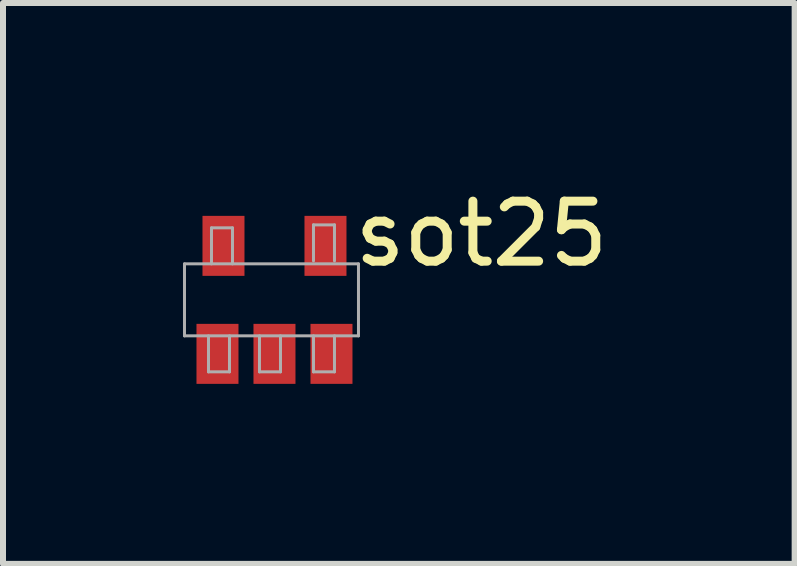
<source format=kicad_pcb>
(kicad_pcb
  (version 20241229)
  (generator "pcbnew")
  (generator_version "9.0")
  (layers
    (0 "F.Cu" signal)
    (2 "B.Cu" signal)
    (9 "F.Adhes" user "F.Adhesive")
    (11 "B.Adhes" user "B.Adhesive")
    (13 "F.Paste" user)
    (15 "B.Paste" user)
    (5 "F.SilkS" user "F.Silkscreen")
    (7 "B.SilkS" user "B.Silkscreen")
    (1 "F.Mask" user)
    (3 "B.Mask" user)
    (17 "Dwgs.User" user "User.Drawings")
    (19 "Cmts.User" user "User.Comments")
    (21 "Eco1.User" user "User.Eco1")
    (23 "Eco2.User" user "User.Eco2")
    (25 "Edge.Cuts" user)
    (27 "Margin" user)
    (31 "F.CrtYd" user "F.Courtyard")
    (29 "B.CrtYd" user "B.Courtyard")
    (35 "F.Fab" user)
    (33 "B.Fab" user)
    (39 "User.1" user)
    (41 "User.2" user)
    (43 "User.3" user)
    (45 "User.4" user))
  (footprint "sot25"
    (layer "F.Cu")
    (at 1.475 1.948)
    (property "Reference" "sot25" (at 3.5 -1.1 0) (layer "F.SilkS") (effects (font (size 1 1) (thickness 0.15))))
    (attr through_hole)
    (fp_line (start -1.45 -0.6) (end 1.45 -0.6) (stroke (width 0.05) (type solid)) (layer "F.Fab"))
    (fp_line (start -1.45 0.6) (end -1.45 -0.6) (stroke (width 0.05) (type solid)) (layer "F.Fab"))
    (fp_line (start -1.05 1.2) (end -1.05 0.6) (stroke (width 0.05) (type solid)) (layer "F.Fab"))
    (fp_line (start -1.05 1.2) (end -0.7 1.2) (stroke (width 0.05) (type solid)) (layer "F.Fab"))
    (fp_line (start -1 -1.2) (end -1 -0.6) (stroke (width 0.05) (type solid)) (layer "F.Fab"))
    (fp_line (start -0.7 1.2) (end -0.7 0.6) (stroke (width 0.05) (type solid)) (layer "F.Fab"))
    (fp_line (start -0.65 -1.2) (end -1 -1.2) (stroke (width 0.05) (type solid)) (layer "F.Fab"))
    (fp_line (start -0.65 -1.2) (end -0.65 -0.6) (stroke (width 0.05) (type solid)) (layer "F.Fab"))
    (fp_line (start -0.2 1.2) (end -0.2 0.6) (stroke (width 0.05) (type solid)) (layer "F.Fab"))
    (fp_line (start -0.2 1.2) (end 0.15 1.2) (stroke (width 0.05) (type solid)) (layer "F.Fab"))
    (fp_line (start 0.15 1.2) (end 0.15 0.6) (stroke (width 0.05) (type solid)) (layer "F.Fab"))
    (fp_line (start 0.7 -1.25) (end 0.7 -0.65) (stroke (width 0.05) (type solid)) (layer "F.Fab"))
    (fp_line (start 0.7 1.2) (end 0.7 0.6) (stroke (width 0.05) (type solid)) (layer "F.Fab"))
    (fp_line (start 0.7 1.2) (end 1.05 1.2) (stroke (width 0.05) (type solid)) (layer "F.Fab"))
    (fp_line (start 1.05 -1.25) (end 0.7 -1.25) (stroke (width 0.05) (type solid)) (layer "F.Fab"))
    (fp_line (start 1.05 -1.25) (end 1.05 -0.65) (stroke (width 0.05) (type solid)) (layer "F.Fab"))
    (fp_line (start 1.05 1.2) (end 1.05 0.6) (stroke (width 0.05) (type solid)) (layer "F.Fab"))
    (fp_line (start 1.45 -0.6) (end 1.45 0.6) (stroke (width 0.05) (type solid)) (layer "F.Fab"))
    (fp_line (start 1.45 0.6) (end -1.45 0.6) (stroke (width 0.05) (type solid)) (layer "F.Fab"))
    (pad "1" smd rect (at -0.9 0.9) (size 0.7 1) (layers "F.Cu" "F.Mask" "F.Paste"))
    (pad "2" smd rect (at 0.05 0.9) (size 0.7 1) (layers "F.Cu" "F.Mask" "F.Paste"))
    (pad "3" smd rect (at 1 0.9) (size 0.7 1) (layers "F.Cu" "F.Mask" "F.Paste"))
    (pad "4" smd rect (at 0.9 -0.9) (size 0.7 1) (layers "F.Cu" "F.Mask" "F.Paste"))
    (pad "5" smd rect (at -0.8 -0.9) (size 0.7 1) (layers "F.Cu" "F.Mask" "F.Paste")))
  (gr_rect
    (start -3 -3)
    (end 10.195 6.348)
    (stroke (width 0.1) (type default))
    (fill no)
    (layer "Edge.Cuts")))
</source>
